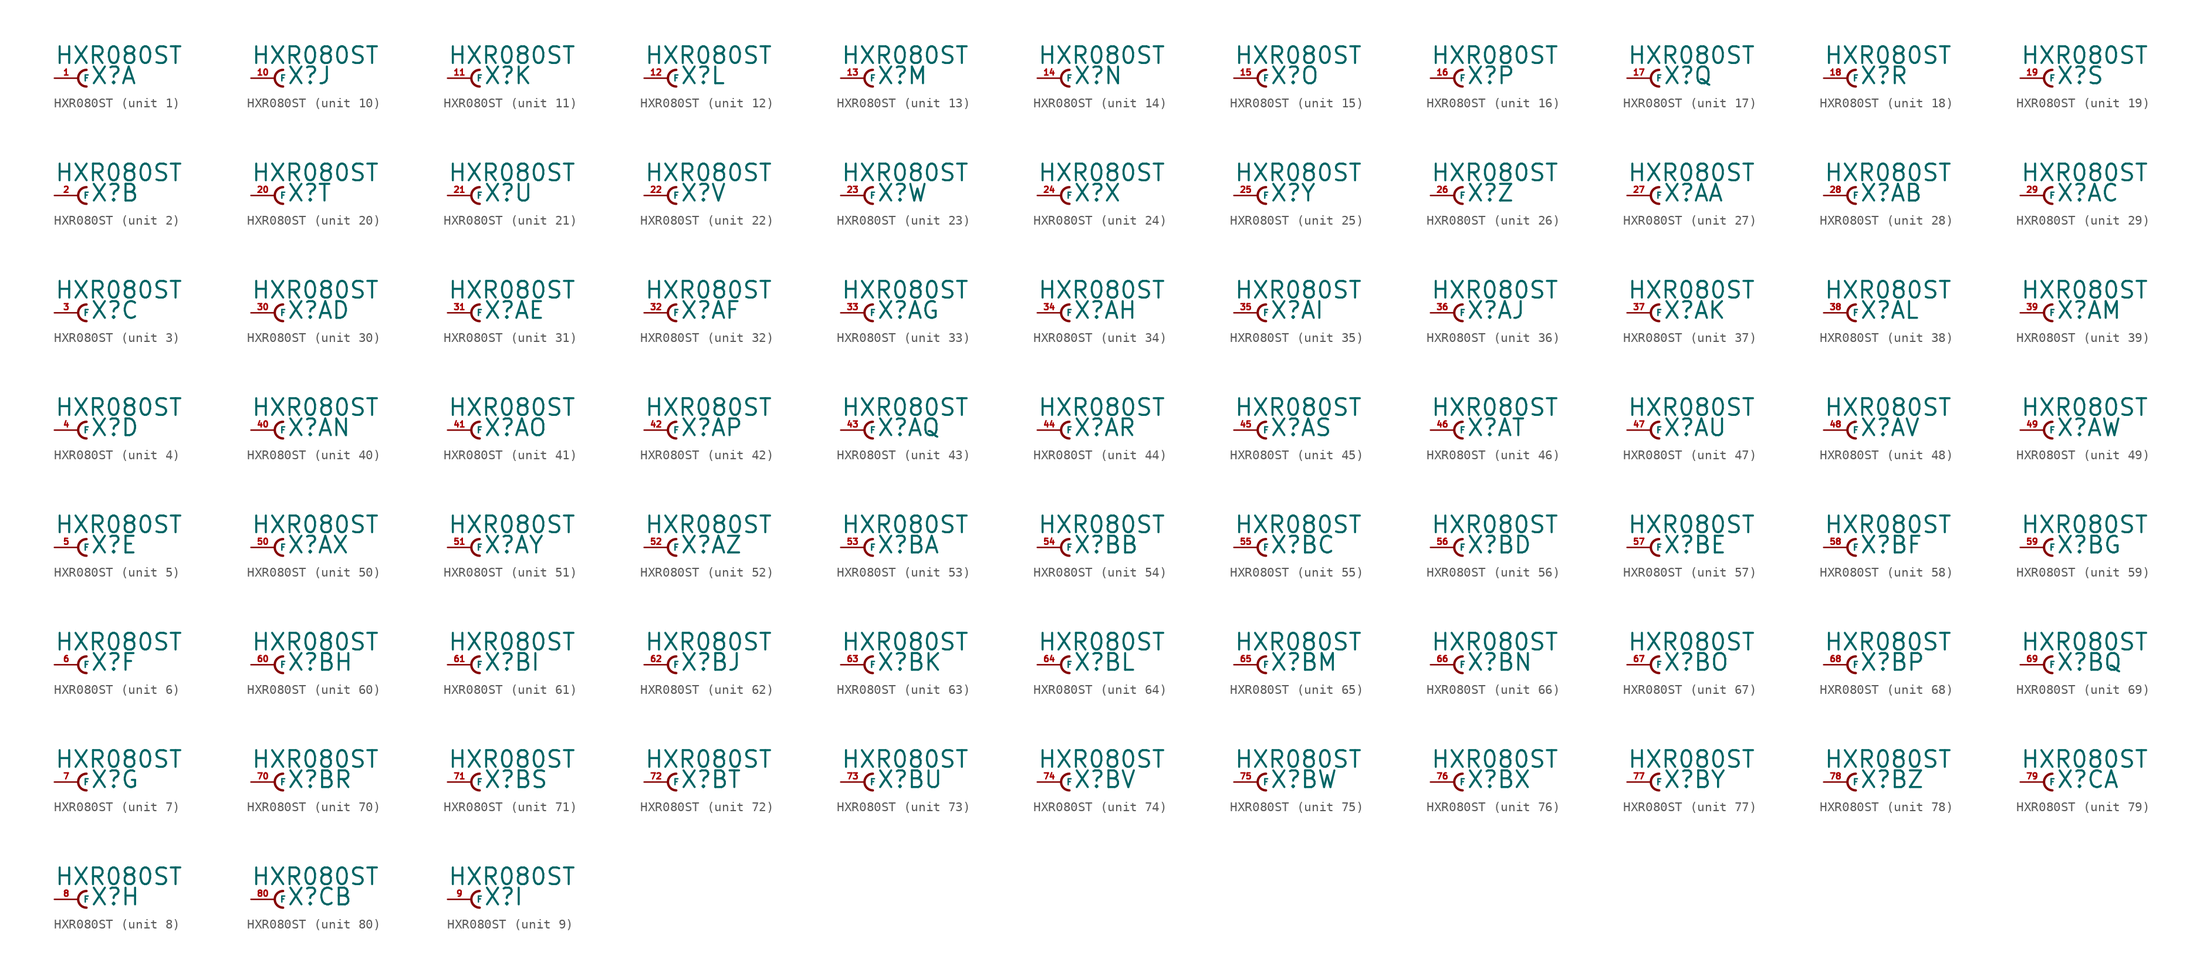
<source format=kicad_sym>
(kicad_symbol_lib
  (version 20220914)
  (generator Eagle2Kicad)
  (symbol "HXR080ST"
    (property "Reference" "X"
      (at 1.27 -0.762 0)
      (effects (font (size 1.778 1.778) (thickness 0.22)) (justify left bottom)))
    (property "Value" "HXR080ST"
      (at -2.54 1.397 0)
      (effects (font (size 1.778 1.778) (thickness 0.22)) (justify left bottom)))
    (symbol "HXR080ST_1_0"
      (arc (start 0.889 0.889) (mid 0.000 0.000) (end 0.889 -0.889) (stroke (width 0.254) (type default)) (fill (type none)))
      (pin passive line (at -2.54 0 0) (length 2.54) (name "F" (effects (font (size 0.635 0.635) (thickness 0.08)) (justify left bottom))) (number "1" (effects (font (size 0.635 0.635) (thickness 0.08)) (justify left bottom)))))
    (symbol "HXR080ST_2_0"
      (arc (start 0.889 0.889) (mid 0.000 0.000) (end 0.889 -0.889) (stroke (width 0.254) (type default)) (fill (type none)))
      (pin passive line (at -2.54 0 0) (length 2.54) (name "F" (effects (font (size 0.635 0.635) (thickness 0.08)) (justify left bottom))) (number "2" (effects (font (size 0.635 0.635) (thickness 0.08)) (justify left bottom)))))
    (symbol "HXR080ST_3_0"
      (arc (start 0.889 0.889) (mid 0.000 0.000) (end 0.889 -0.889) (stroke (width 0.254) (type default)) (fill (type none)))
      (pin passive line (at -2.54 0 0) (length 2.54) (name "F" (effects (font (size 0.635 0.635) (thickness 0.08)) (justify left bottom))) (number "3" (effects (font (size 0.635 0.635) (thickness 0.08)) (justify left bottom)))))
    (symbol "HXR080ST_4_0"
      (arc (start 0.889 0.889) (mid 0.000 0.000) (end 0.889 -0.889) (stroke (width 0.254) (type default)) (fill (type none)))
      (pin passive line (at -2.54 0 0) (length 2.54) (name "F" (effects (font (size 0.635 0.635) (thickness 0.08)) (justify left bottom))) (number "4" (effects (font (size 0.635 0.635) (thickness 0.08)) (justify left bottom)))))
    (symbol "HXR080ST_5_0"
      (arc (start 0.889 0.889) (mid 0.000 0.000) (end 0.889 -0.889) (stroke (width 0.254) (type default)) (fill (type none)))
      (pin passive line (at -2.54 0 0) (length 2.54) (name "F" (effects (font (size 0.635 0.635) (thickness 0.08)) (justify left bottom))) (number "5" (effects (font (size 0.635 0.635) (thickness 0.08)) (justify left bottom)))))
    (symbol "HXR080ST_6_0"
      (arc (start 0.889 0.889) (mid 0.000 0.000) (end 0.889 -0.889) (stroke (width 0.254) (type default)) (fill (type none)))
      (pin passive line (at -2.54 0 0) (length 2.54) (name "F" (effects (font (size 0.635 0.635) (thickness 0.08)) (justify left bottom))) (number "6" (effects (font (size 0.635 0.635) (thickness 0.08)) (justify left bottom)))))
    (symbol "HXR080ST_7_0"
      (arc (start 0.889 0.889) (mid 0.000 0.000) (end 0.889 -0.889) (stroke (width 0.254) (type default)) (fill (type none)))
      (pin passive line (at -2.54 0 0) (length 2.54) (name "F" (effects (font (size 0.635 0.635) (thickness 0.08)) (justify left bottom))) (number "7" (effects (font (size 0.635 0.635) (thickness 0.08)) (justify left bottom)))))
    (symbol "HXR080ST_8_0"
      (arc (start 0.889 0.889) (mid 0.000 0.000) (end 0.889 -0.889) (stroke (width 0.254) (type default)) (fill (type none)))
      (pin passive line (at -2.54 0 0) (length 2.54) (name "F" (effects (font (size 0.635 0.635) (thickness 0.08)) (justify left bottom))) (number "8" (effects (font (size 0.635 0.635) (thickness 0.08)) (justify left bottom)))))
    (symbol "HXR080ST_9_0"
      (arc (start 0.889 0.889) (mid 0.000 0.000) (end 0.889 -0.889) (stroke (width 0.254) (type default)) (fill (type none)))
      (pin passive line (at -2.54 0 0) (length 2.54) (name "F" (effects (font (size 0.635 0.635) (thickness 0.08)) (justify left bottom))) (number "9" (effects (font (size 0.635 0.635) (thickness 0.08)) (justify left bottom)))))
    (symbol "HXR080ST_10_0"
      (arc (start 0.889 0.889) (mid 0.000 0.000) (end 0.889 -0.889) (stroke (width 0.254) (type default)) (fill (type none)))
      (pin passive line (at -2.54 0 0) (length 2.54) (name "F" (effects (font (size 0.635 0.635) (thickness 0.08)) (justify left bottom))) (number "10" (effects (font (size 0.635 0.635) (thickness 0.08)) (justify left bottom)))))
    (symbol "HXR080ST_11_0"
      (arc (start 0.889 0.889) (mid 0.000 0.000) (end 0.889 -0.889) (stroke (width 0.254) (type default)) (fill (type none)))
      (pin passive line (at -2.54 0 0) (length 2.54) (name "F" (effects (font (size 0.635 0.635) (thickness 0.08)) (justify left bottom))) (number "11" (effects (font (size 0.635 0.635) (thickness 0.08)) (justify left bottom)))))
    (symbol "HXR080ST_12_0"
      (arc (start 0.889 0.889) (mid 0.000 0.000) (end 0.889 -0.889) (stroke (width 0.254) (type default)) (fill (type none)))
      (pin passive line (at -2.54 0 0) (length 2.54) (name "F" (effects (font (size 0.635 0.635) (thickness 0.08)) (justify left bottom))) (number "12" (effects (font (size 0.635 0.635) (thickness 0.08)) (justify left bottom)))))
    (symbol "HXR080ST_13_0"
      (arc (start 0.889 0.889) (mid 0.000 0.000) (end 0.889 -0.889) (stroke (width 0.254) (type default)) (fill (type none)))
      (pin passive line (at -2.54 0 0) (length 2.54) (name "F" (effects (font (size 0.635 0.635) (thickness 0.08)) (justify left bottom))) (number "13" (effects (font (size 0.635 0.635) (thickness 0.08)) (justify left bottom)))))
    (symbol "HXR080ST_14_0"
      (arc (start 0.889 0.889) (mid 0.000 0.000) (end 0.889 -0.889) (stroke (width 0.254) (type default)) (fill (type none)))
      (pin passive line (at -2.54 0 0) (length 2.54) (name "F" (effects (font (size 0.635 0.635) (thickness 0.08)) (justify left bottom))) (number "14" (effects (font (size 0.635 0.635) (thickness 0.08)) (justify left bottom)))))
    (symbol "HXR080ST_15_0"
      (arc (start 0.889 0.889) (mid 0.000 0.000) (end 0.889 -0.889) (stroke (width 0.254) (type default)) (fill (type none)))
      (pin passive line (at -2.54 0 0) (length 2.54) (name "F" (effects (font (size 0.635 0.635) (thickness 0.08)) (justify left bottom))) (number "15" (effects (font (size 0.635 0.635) (thickness 0.08)) (justify left bottom)))))
    (symbol "HXR080ST_16_0"
      (arc (start 0.889 0.889) (mid 0.000 0.000) (end 0.889 -0.889) (stroke (width 0.254) (type default)) (fill (type none)))
      (pin passive line (at -2.54 0 0) (length 2.54) (name "F" (effects (font (size 0.635 0.635) (thickness 0.08)) (justify left bottom))) (number "16" (effects (font (size 0.635 0.635) (thickness 0.08)) (justify left bottom)))))
    (symbol "HXR080ST_17_0"
      (arc (start 0.889 0.889) (mid 0.000 0.000) (end 0.889 -0.889) (stroke (width 0.254) (type default)) (fill (type none)))
      (pin passive line (at -2.54 0 0) (length 2.54) (name "F" (effects (font (size 0.635 0.635) (thickness 0.08)) (justify left bottom))) (number "17" (effects (font (size 0.635 0.635) (thickness 0.08)) (justify left bottom)))))
    (symbol "HXR080ST_18_0"
      (arc (start 0.889 0.889) (mid 0.000 0.000) (end 0.889 -0.889) (stroke (width 0.254) (type default)) (fill (type none)))
      (pin passive line (at -2.54 0 0) (length 2.54) (name "F" (effects (font (size 0.635 0.635) (thickness 0.08)) (justify left bottom))) (number "18" (effects (font (size 0.635 0.635) (thickness 0.08)) (justify left bottom)))))
    (symbol "HXR080ST_19_0"
      (arc (start 0.889 0.889) (mid 0.000 0.000) (end 0.889 -0.889) (stroke (width 0.254) (type default)) (fill (type none)))
      (pin passive line (at -2.54 0 0) (length 2.54) (name "F" (effects (font (size 0.635 0.635) (thickness 0.08)) (justify left bottom))) (number "19" (effects (font (size 0.635 0.635) (thickness 0.08)) (justify left bottom)))))
    (symbol "HXR080ST_20_0"
      (arc (start 0.889 0.889) (mid 0.000 0.000) (end 0.889 -0.889) (stroke (width 0.254) (type default)) (fill (type none)))
      (pin passive line (at -2.54 0 0) (length 2.54) (name "F" (effects (font (size 0.635 0.635) (thickness 0.08)) (justify left bottom))) (number "20" (effects (font (size 0.635 0.635) (thickness 0.08)) (justify left bottom)))))
    (symbol "HXR080ST_21_0"
      (arc (start 0.889 0.889) (mid 0.000 0.000) (end 0.889 -0.889) (stroke (width 0.254) (type default)) (fill (type none)))
      (pin passive line (at -2.54 0 0) (length 2.54) (name "F" (effects (font (size 0.635 0.635) (thickness 0.08)) (justify left bottom))) (number "21" (effects (font (size 0.635 0.635) (thickness 0.08)) (justify left bottom)))))
    (symbol "HXR080ST_22_0"
      (arc (start 0.889 0.889) (mid 0.000 0.000) (end 0.889 -0.889) (stroke (width 0.254) (type default)) (fill (type none)))
      (pin passive line (at -2.54 0 0) (length 2.54) (name "F" (effects (font (size 0.635 0.635) (thickness 0.08)) (justify left bottom))) (number "22" (effects (font (size 0.635 0.635) (thickness 0.08)) (justify left bottom)))))
    (symbol "HXR080ST_23_0"
      (arc (start 0.889 0.889) (mid 0.000 0.000) (end 0.889 -0.889) (stroke (width 0.254) (type default)) (fill (type none)))
      (pin passive line (at -2.54 0 0) (length 2.54) (name "F" (effects (font (size 0.635 0.635) (thickness 0.08)) (justify left bottom))) (number "23" (effects (font (size 0.635 0.635) (thickness 0.08)) (justify left bottom)))))
    (symbol "HXR080ST_24_0"
      (arc (start 0.889 0.889) (mid 0.000 0.000) (end 0.889 -0.889) (stroke (width 0.254) (type default)) (fill (type none)))
      (pin passive line (at -2.54 0 0) (length 2.54) (name "F" (effects (font (size 0.635 0.635) (thickness 0.08)) (justify left bottom))) (number "24" (effects (font (size 0.635 0.635) (thickness 0.08)) (justify left bottom)))))
    (symbol "HXR080ST_25_0"
      (arc (start 0.889 0.889) (mid 0.000 0.000) (end 0.889 -0.889) (stroke (width 0.254) (type default)) (fill (type none)))
      (pin passive line (at -2.54 0 0) (length 2.54) (name "F" (effects (font (size 0.635 0.635) (thickness 0.08)) (justify left bottom))) (number "25" (effects (font (size 0.635 0.635) (thickness 0.08)) (justify left bottom)))))
    (symbol "HXR080ST_26_0"
      (arc (start 0.889 0.889) (mid 0.000 0.000) (end 0.889 -0.889) (stroke (width 0.254) (type default)) (fill (type none)))
      (pin passive line (at -2.54 0 0) (length 2.54) (name "F" (effects (font (size 0.635 0.635) (thickness 0.08)) (justify left bottom))) (number "26" (effects (font (size 0.635 0.635) (thickness 0.08)) (justify left bottom)))))
    (symbol "HXR080ST_27_0"
      (arc (start 0.889 0.889) (mid 0.000 0.000) (end 0.889 -0.889) (stroke (width 0.254) (type default)) (fill (type none)))
      (pin passive line (at -2.54 0 0) (length 2.54) (name "F" (effects (font (size 0.635 0.635) (thickness 0.08)) (justify left bottom))) (number "27" (effects (font (size 0.635 0.635) (thickness 0.08)) (justify left bottom)))))
    (symbol "HXR080ST_28_0"
      (arc (start 0.889 0.889) (mid 0.000 0.000) (end 0.889 -0.889) (stroke (width 0.254) (type default)) (fill (type none)))
      (pin passive line (at -2.54 0 0) (length 2.54) (name "F" (effects (font (size 0.635 0.635) (thickness 0.08)) (justify left bottom))) (number "28" (effects (font (size 0.635 0.635) (thickness 0.08)) (justify left bottom)))))
    (symbol "HXR080ST_29_0"
      (arc (start 0.889 0.889) (mid 0.000 0.000) (end 0.889 -0.889) (stroke (width 0.254) (type default)) (fill (type none)))
      (pin passive line (at -2.54 0 0) (length 2.54) (name "F" (effects (font (size 0.635 0.635) (thickness 0.08)) (justify left bottom))) (number "29" (effects (font (size 0.635 0.635) (thickness 0.08)) (justify left bottom)))))
    (symbol "HXR080ST_30_0"
      (arc (start 0.889 0.889) (mid 0.000 0.000) (end 0.889 -0.889) (stroke (width 0.254) (type default)) (fill (type none)))
      (pin passive line (at -2.54 0 0) (length 2.54) (name "F" (effects (font (size 0.635 0.635) (thickness 0.08)) (justify left bottom))) (number "30" (effects (font (size 0.635 0.635) (thickness 0.08)) (justify left bottom)))))
    (symbol "HXR080ST_31_0"
      (arc (start 0.889 0.889) (mid 0.000 0.000) (end 0.889 -0.889) (stroke (width 0.254) (type default)) (fill (type none)))
      (pin passive line (at -2.54 0 0) (length 2.54) (name "F" (effects (font (size 0.635 0.635) (thickness 0.08)) (justify left bottom))) (number "31" (effects (font (size 0.635 0.635) (thickness 0.08)) (justify left bottom)))))
    (symbol "HXR080ST_32_0"
      (arc (start 0.889 0.889) (mid 0.000 0.000) (end 0.889 -0.889) (stroke (width 0.254) (type default)) (fill (type none)))
      (pin passive line (at -2.54 0 0) (length 2.54) (name "F" (effects (font (size 0.635 0.635) (thickness 0.08)) (justify left bottom))) (number "32" (effects (font (size 0.635 0.635) (thickness 0.08)) (justify left bottom)))))
    (symbol "HXR080ST_33_0"
      (arc (start 0.889 0.889) (mid 0.000 0.000) (end 0.889 -0.889) (stroke (width 0.254) (type default)) (fill (type none)))
      (pin passive line (at -2.54 0 0) (length 2.54) (name "F" (effects (font (size 0.635 0.635) (thickness 0.08)) (justify left bottom))) (number "33" (effects (font (size 0.635 0.635) (thickness 0.08)) (justify left bottom)))))
    (symbol "HXR080ST_34_0"
      (arc (start 0.889 0.889) (mid 0.000 0.000) (end 0.889 -0.889) (stroke (width 0.254) (type default)) (fill (type none)))
      (pin passive line (at -2.54 0 0) (length 2.54) (name "F" (effects (font (size 0.635 0.635) (thickness 0.08)) (justify left bottom))) (number "34" (effects (font (size 0.635 0.635) (thickness 0.08)) (justify left bottom)))))
    (symbol "HXR080ST_35_0"
      (arc (start 0.889 0.889) (mid 0.000 0.000) (end 0.889 -0.889) (stroke (width 0.254) (type default)) (fill (type none)))
      (pin passive line (at -2.54 0 0) (length 2.54) (name "F" (effects (font (size 0.635 0.635) (thickness 0.08)) (justify left bottom))) (number "35" (effects (font (size 0.635 0.635) (thickness 0.08)) (justify left bottom)))))
    (symbol "HXR080ST_36_0"
      (arc (start 0.889 0.889) (mid 0.000 0.000) (end 0.889 -0.889) (stroke (width 0.254) (type default)) (fill (type none)))
      (pin passive line (at -2.54 0 0) (length 2.54) (name "F" (effects (font (size 0.635 0.635) (thickness 0.08)) (justify left bottom))) (number "36" (effects (font (size 0.635 0.635) (thickness 0.08)) (justify left bottom)))))
    (symbol "HXR080ST_37_0"
      (arc (start 0.889 0.889) (mid 0.000 0.000) (end 0.889 -0.889) (stroke (width 0.254) (type default)) (fill (type none)))
      (pin passive line (at -2.54 0 0) (length 2.54) (name "F" (effects (font (size 0.635 0.635) (thickness 0.08)) (justify left bottom))) (number "37" (effects (font (size 0.635 0.635) (thickness 0.08)) (justify left bottom)))))
    (symbol "HXR080ST_38_0"
      (arc (start 0.889 0.889) (mid 0.000 0.000) (end 0.889 -0.889) (stroke (width 0.254) (type default)) (fill (type none)))
      (pin passive line (at -2.54 0 0) (length 2.54) (name "F" (effects (font (size 0.635 0.635) (thickness 0.08)) (justify left bottom))) (number "38" (effects (font (size 0.635 0.635) (thickness 0.08)) (justify left bottom)))))
    (symbol "HXR080ST_39_0"
      (arc (start 0.889 0.889) (mid 0.000 0.000) (end 0.889 -0.889) (stroke (width 0.254) (type default)) (fill (type none)))
      (pin passive line (at -2.54 0 0) (length 2.54) (name "F" (effects (font (size 0.635 0.635) (thickness 0.08)) (justify left bottom))) (number "39" (effects (font (size 0.635 0.635) (thickness 0.08)) (justify left bottom)))))
    (symbol "HXR080ST_40_0"
      (arc (start 0.889 0.889) (mid 0.000 0.000) (end 0.889 -0.889) (stroke (width 0.254) (type default)) (fill (type none)))
      (pin passive line (at -2.54 0 0) (length 2.54) (name "F" (effects (font (size 0.635 0.635) (thickness 0.08)) (justify left bottom))) (number "40" (effects (font (size 0.635 0.635) (thickness 0.08)) (justify left bottom)))))
    (symbol "HXR080ST_41_0"
      (arc (start 0.889 0.889) (mid 0.000 0.000) (end 0.889 -0.889) (stroke (width 0.254) (type default)) (fill (type none)))
      (pin passive line (at -2.54 0 0) (length 2.54) (name "F" (effects (font (size 0.635 0.635) (thickness 0.08)) (justify left bottom))) (number "41" (effects (font (size 0.635 0.635) (thickness 0.08)) (justify left bottom)))))
    (symbol "HXR080ST_42_0"
      (arc (start 0.889 0.889) (mid 0.000 0.000) (end 0.889 -0.889) (stroke (width 0.254) (type default)) (fill (type none)))
      (pin passive line (at -2.54 0 0) (length 2.54) (name "F" (effects (font (size 0.635 0.635) (thickness 0.08)) (justify left bottom))) (number "42" (effects (font (size 0.635 0.635) (thickness 0.08)) (justify left bottom)))))
    (symbol "HXR080ST_43_0"
      (arc (start 0.889 0.889) (mid 0.000 0.000) (end 0.889 -0.889) (stroke (width 0.254) (type default)) (fill (type none)))
      (pin passive line (at -2.54 0 0) (length 2.54) (name "F" (effects (font (size 0.635 0.635) (thickness 0.08)) (justify left bottom))) (number "43" (effects (font (size 0.635 0.635) (thickness 0.08)) (justify left bottom)))))
    (symbol "HXR080ST_44_0"
      (arc (start 0.889 0.889) (mid 0.000 0.000) (end 0.889 -0.889) (stroke (width 0.254) (type default)) (fill (type none)))
      (pin passive line (at -2.54 0 0) (length 2.54) (name "F" (effects (font (size 0.635 0.635) (thickness 0.08)) (justify left bottom))) (number "44" (effects (font (size 0.635 0.635) (thickness 0.08)) (justify left bottom)))))
    (symbol "HXR080ST_45_0"
      (arc (start 0.889 0.889) (mid 0.000 0.000) (end 0.889 -0.889) (stroke (width 0.254) (type default)) (fill (type none)))
      (pin passive line (at -2.54 0 0) (length 2.54) (name "F" (effects (font (size 0.635 0.635) (thickness 0.08)) (justify left bottom))) (number "45" (effects (font (size 0.635 0.635) (thickness 0.08)) (justify left bottom)))))
    (symbol "HXR080ST_46_0"
      (arc (start 0.889 0.889) (mid 0.000 0.000) (end 0.889 -0.889) (stroke (width 0.254) (type default)) (fill (type none)))
      (pin passive line (at -2.54 0 0) (length 2.54) (name "F" (effects (font (size 0.635 0.635) (thickness 0.08)) (justify left bottom))) (number "46" (effects (font (size 0.635 0.635) (thickness 0.08)) (justify left bottom)))))
    (symbol "HXR080ST_47_0"
      (arc (start 0.889 0.889) (mid 0.000 0.000) (end 0.889 -0.889) (stroke (width 0.254) (type default)) (fill (type none)))
      (pin passive line (at -2.54 0 0) (length 2.54) (name "F" (effects (font (size 0.635 0.635) (thickness 0.08)) (justify left bottom))) (number "47" (effects (font (size 0.635 0.635) (thickness 0.08)) (justify left bottom)))))
    (symbol "HXR080ST_48_0"
      (arc (start 0.889 0.889) (mid 0.000 0.000) (end 0.889 -0.889) (stroke (width 0.254) (type default)) (fill (type none)))
      (pin passive line (at -2.54 0 0) (length 2.54) (name "F" (effects (font (size 0.635 0.635) (thickness 0.08)) (justify left bottom))) (number "48" (effects (font (size 0.635 0.635) (thickness 0.08)) (justify left bottom)))))
    (symbol "HXR080ST_49_0"
      (arc (start 0.889 0.889) (mid 0.000 0.000) (end 0.889 -0.889) (stroke (width 0.254) (type default)) (fill (type none)))
      (pin passive line (at -2.54 0 0) (length 2.54) (name "F" (effects (font (size 0.635 0.635) (thickness 0.08)) (justify left bottom))) (number "49" (effects (font (size 0.635 0.635) (thickness 0.08)) (justify left bottom)))))
    (symbol "HXR080ST_50_0"
      (arc (start 0.889 0.889) (mid 0.000 0.000) (end 0.889 -0.889) (stroke (width 0.254) (type default)) (fill (type none)))
      (pin passive line (at -2.54 0 0) (length 2.54) (name "F" (effects (font (size 0.635 0.635) (thickness 0.08)) (justify left bottom))) (number "50" (effects (font (size 0.635 0.635) (thickness 0.08)) (justify left bottom)))))
    (symbol "HXR080ST_51_0"
      (arc (start 0.889 0.889) (mid 0.000 0.000) (end 0.889 -0.889) (stroke (width 0.254) (type default)) (fill (type none)))
      (pin passive line (at -2.54 0 0) (length 2.54) (name "F" (effects (font (size 0.635 0.635) (thickness 0.08)) (justify left bottom))) (number "51" (effects (font (size 0.635 0.635) (thickness 0.08)) (justify left bottom)))))
    (symbol "HXR080ST_52_0"
      (arc (start 0.889 0.889) (mid 0.000 0.000) (end 0.889 -0.889) (stroke (width 0.254) (type default)) (fill (type none)))
      (pin passive line (at -2.54 0 0) (length 2.54) (name "F" (effects (font (size 0.635 0.635) (thickness 0.08)) (justify left bottom))) (number "52" (effects (font (size 0.635 0.635) (thickness 0.08)) (justify left bottom)))))
    (symbol "HXR080ST_53_0"
      (arc (start 0.889 0.889) (mid 0.000 0.000) (end 0.889 -0.889) (stroke (width 0.254) (type default)) (fill (type none)))
      (pin passive line (at -2.54 0 0) (length 2.54) (name "F" (effects (font (size 0.635 0.635) (thickness 0.08)) (justify left bottom))) (number "53" (effects (font (size 0.635 0.635) (thickness 0.08)) (justify left bottom)))))
    (symbol "HXR080ST_54_0"
      (arc (start 0.889 0.889) (mid 0.000 0.000) (end 0.889 -0.889) (stroke (width 0.254) (type default)) (fill (type none)))
      (pin passive line (at -2.54 0 0) (length 2.54) (name "F" (effects (font (size 0.635 0.635) (thickness 0.08)) (justify left bottom))) (number "54" (effects (font (size 0.635 0.635) (thickness 0.08)) (justify left bottom)))))
    (symbol "HXR080ST_55_0"
      (arc (start 0.889 0.889) (mid 0.000 0.000) (end 0.889 -0.889) (stroke (width 0.254) (type default)) (fill (type none)))
      (pin passive line (at -2.54 0 0) (length 2.54) (name "F" (effects (font (size 0.635 0.635) (thickness 0.08)) (justify left bottom))) (number "55" (effects (font (size 0.635 0.635) (thickness 0.08)) (justify left bottom)))))
    (symbol "HXR080ST_56_0"
      (arc (start 0.889 0.889) (mid 0.000 0.000) (end 0.889 -0.889) (stroke (width 0.254) (type default)) (fill (type none)))
      (pin passive line (at -2.54 0 0) (length 2.54) (name "F" (effects (font (size 0.635 0.635) (thickness 0.08)) (justify left bottom))) (number "56" (effects (font (size 0.635 0.635) (thickness 0.08)) (justify left bottom)))))
    (symbol "HXR080ST_57_0"
      (arc (start 0.889 0.889) (mid 0.000 0.000) (end 0.889 -0.889) (stroke (width 0.254) (type default)) (fill (type none)))
      (pin passive line (at -2.54 0 0) (length 2.54) (name "F" (effects (font (size 0.635 0.635) (thickness 0.08)) (justify left bottom))) (number "57" (effects (font (size 0.635 0.635) (thickness 0.08)) (justify left bottom)))))
    (symbol "HXR080ST_58_0"
      (arc (start 0.889 0.889) (mid 0.000 0.000) (end 0.889 -0.889) (stroke (width 0.254) (type default)) (fill (type none)))
      (pin passive line (at -2.54 0 0) (length 2.54) (name "F" (effects (font (size 0.635 0.635) (thickness 0.08)) (justify left bottom))) (number "58" (effects (font (size 0.635 0.635) (thickness 0.08)) (justify left bottom)))))
    (symbol "HXR080ST_59_0"
      (arc (start 0.889 0.889) (mid 0.000 0.000) (end 0.889 -0.889) (stroke (width 0.254) (type default)) (fill (type none)))
      (pin passive line (at -2.54 0 0) (length 2.54) (name "F" (effects (font (size 0.635 0.635) (thickness 0.08)) (justify left bottom))) (number "59" (effects (font (size 0.635 0.635) (thickness 0.08)) (justify left bottom)))))
    (symbol "HXR080ST_60_0"
      (arc (start 0.889 0.889) (mid 0.000 0.000) (end 0.889 -0.889) (stroke (width 0.254) (type default)) (fill (type none)))
      (pin passive line (at -2.54 0 0) (length 2.54) (name "F" (effects (font (size 0.635 0.635) (thickness 0.08)) (justify left bottom))) (number "60" (effects (font (size 0.635 0.635) (thickness 0.08)) (justify left bottom)))))
    (symbol "HXR080ST_61_0"
      (arc (start 0.889 0.889) (mid 0.000 0.000) (end 0.889 -0.889) (stroke (width 0.254) (type default)) (fill (type none)))
      (pin passive line (at -2.54 0 0) (length 2.54) (name "F" (effects (font (size 0.635 0.635) (thickness 0.08)) (justify left bottom))) (number "61" (effects (font (size 0.635 0.635) (thickness 0.08)) (justify left bottom)))))
    (symbol "HXR080ST_62_0"
      (arc (start 0.889 0.889) (mid 0.000 0.000) (end 0.889 -0.889) (stroke (width 0.254) (type default)) (fill (type none)))
      (pin passive line (at -2.54 0 0) (length 2.54) (name "F" (effects (font (size 0.635 0.635) (thickness 0.08)) (justify left bottom))) (number "62" (effects (font (size 0.635 0.635) (thickness 0.08)) (justify left bottom)))))
    (symbol "HXR080ST_63_0"
      (arc (start 0.889 0.889) (mid 0.000 0.000) (end 0.889 -0.889) (stroke (width 0.254) (type default)) (fill (type none)))
      (pin passive line (at -2.54 0 0) (length 2.54) (name "F" (effects (font (size 0.635 0.635) (thickness 0.08)) (justify left bottom))) (number "63" (effects (font (size 0.635 0.635) (thickness 0.08)) (justify left bottom)))))
    (symbol "HXR080ST_64_0"
      (arc (start 0.889 0.889) (mid 0.000 0.000) (end 0.889 -0.889) (stroke (width 0.254) (type default)) (fill (type none)))
      (pin passive line (at -2.54 0 0) (length 2.54) (name "F" (effects (font (size 0.635 0.635) (thickness 0.08)) (justify left bottom))) (number "64" (effects (font (size 0.635 0.635) (thickness 0.08)) (justify left bottom)))))
    (symbol "HXR080ST_65_0"
      (arc (start 0.889 0.889) (mid 0.000 0.000) (end 0.889 -0.889) (stroke (width 0.254) (type default)) (fill (type none)))
      (pin passive line (at -2.54 0 0) (length 2.54) (name "F" (effects (font (size 0.635 0.635) (thickness 0.08)) (justify left bottom))) (number "65" (effects (font (size 0.635 0.635) (thickness 0.08)) (justify left bottom)))))
    (symbol "HXR080ST_66_0"
      (arc (start 0.889 0.889) (mid 0.000 0.000) (end 0.889 -0.889) (stroke (width 0.254) (type default)) (fill (type none)))
      (pin passive line (at -2.54 0 0) (length 2.54) (name "F" (effects (font (size 0.635 0.635) (thickness 0.08)) (justify left bottom))) (number "66" (effects (font (size 0.635 0.635) (thickness 0.08)) (justify left bottom)))))
    (symbol "HXR080ST_67_0"
      (arc (start 0.889 0.889) (mid 0.000 0.000) (end 0.889 -0.889) (stroke (width 0.254) (type default)) (fill (type none)))
      (pin passive line (at -2.54 0 0) (length 2.54) (name "F" (effects (font (size 0.635 0.635) (thickness 0.08)) (justify left bottom))) (number "67" (effects (font (size 0.635 0.635) (thickness 0.08)) (justify left bottom)))))
    (symbol "HXR080ST_68_0"
      (arc (start 0.889 0.889) (mid 0.000 0.000) (end 0.889 -0.889) (stroke (width 0.254) (type default)) (fill (type none)))
      (pin passive line (at -2.54 0 0) (length 2.54) (name "F" (effects (font (size 0.635 0.635) (thickness 0.08)) (justify left bottom))) (number "68" (effects (font (size 0.635 0.635) (thickness 0.08)) (justify left bottom)))))
    (symbol "HXR080ST_69_0"
      (arc (start 0.889 0.889) (mid 0.000 0.000) (end 0.889 -0.889) (stroke (width 0.254) (type default)) (fill (type none)))
      (pin passive line (at -2.54 0 0) (length 2.54) (name "F" (effects (font (size 0.635 0.635) (thickness 0.08)) (justify left bottom))) (number "69" (effects (font (size 0.635 0.635) (thickness 0.08)) (justify left bottom)))))
    (symbol "HXR080ST_70_0"
      (arc (start 0.889 0.889) (mid 0.000 0.000) (end 0.889 -0.889) (stroke (width 0.254) (type default)) (fill (type none)))
      (pin passive line (at -2.54 0 0) (length 2.54) (name "F" (effects (font (size 0.635 0.635) (thickness 0.08)) (justify left bottom))) (number "70" (effects (font (size 0.635 0.635) (thickness 0.08)) (justify left bottom)))))
    (symbol "HXR080ST_71_0"
      (arc (start 0.889 0.889) (mid 0.000 0.000) (end 0.889 -0.889) (stroke (width 0.254) (type default)) (fill (type none)))
      (pin passive line (at -2.54 0 0) (length 2.54) (name "F" (effects (font (size 0.635 0.635) (thickness 0.08)) (justify left bottom))) (number "71" (effects (font (size 0.635 0.635) (thickness 0.08)) (justify left bottom)))))
    (symbol "HXR080ST_72_0"
      (arc (start 0.889 0.889) (mid 0.000 0.000) (end 0.889 -0.889) (stroke (width 0.254) (type default)) (fill (type none)))
      (pin passive line (at -2.54 0 0) (length 2.54) (name "F" (effects (font (size 0.635 0.635) (thickness 0.08)) (justify left bottom))) (number "72" (effects (font (size 0.635 0.635) (thickness 0.08)) (justify left bottom)))))
    (symbol "HXR080ST_73_0"
      (arc (start 0.889 0.889) (mid 0.000 0.000) (end 0.889 -0.889) (stroke (width 0.254) (type default)) (fill (type none)))
      (pin passive line (at -2.54 0 0) (length 2.54) (name "F" (effects (font (size 0.635 0.635) (thickness 0.08)) (justify left bottom))) (number "73" (effects (font (size 0.635 0.635) (thickness 0.08)) (justify left bottom)))))
    (symbol "HXR080ST_74_0"
      (arc (start 0.889 0.889) (mid 0.000 0.000) (end 0.889 -0.889) (stroke (width 0.254) (type default)) (fill (type none)))
      (pin passive line (at -2.54 0 0) (length 2.54) (name "F" (effects (font (size 0.635 0.635) (thickness 0.08)) (justify left bottom))) (number "74" (effects (font (size 0.635 0.635) (thickness 0.08)) (justify left bottom)))))
    (symbol "HXR080ST_75_0"
      (arc (start 0.889 0.889) (mid 0.000 0.000) (end 0.889 -0.889) (stroke (width 0.254) (type default)) (fill (type none)))
      (pin passive line (at -2.54 0 0) (length 2.54) (name "F" (effects (font (size 0.635 0.635) (thickness 0.08)) (justify left bottom))) (number "75" (effects (font (size 0.635 0.635) (thickness 0.08)) (justify left bottom)))))
    (symbol "HXR080ST_76_0"
      (arc (start 0.889 0.889) (mid 0.000 0.000) (end 0.889 -0.889) (stroke (width 0.254) (type default)) (fill (type none)))
      (pin passive line (at -2.54 0 0) (length 2.54) (name "F" (effects (font (size 0.635 0.635) (thickness 0.08)) (justify left bottom))) (number "76" (effects (font (size 0.635 0.635) (thickness 0.08)) (justify left bottom)))))
    (symbol "HXR080ST_77_0"
      (arc (start 0.889 0.889) (mid 0.000 0.000) (end 0.889 -0.889) (stroke (width 0.254) (type default)) (fill (type none)))
      (pin passive line (at -2.54 0 0) (length 2.54) (name "F" (effects (font (size 0.635 0.635) (thickness 0.08)) (justify left bottom))) (number "77" (effects (font (size 0.635 0.635) (thickness 0.08)) (justify left bottom)))))
    (symbol "HXR080ST_78_0"
      (arc (start 0.889 0.889) (mid 0.000 0.000) (end 0.889 -0.889) (stroke (width 0.254) (type default)) (fill (type none)))
      (pin passive line (at -2.54 0 0) (length 2.54) (name "F" (effects (font (size 0.635 0.635) (thickness 0.08)) (justify left bottom))) (number "78" (effects (font (size 0.635 0.635) (thickness 0.08)) (justify left bottom)))))
    (symbol "HXR080ST_79_0"
      (arc (start 0.889 0.889) (mid 0.000 0.000) (end 0.889 -0.889) (stroke (width 0.254) (type default)) (fill (type none)))
      (pin passive line (at -2.54 0 0) (length 2.54) (name "F" (effects (font (size 0.635 0.635) (thickness 0.08)) (justify left bottom))) (number "79" (effects (font (size 0.635 0.635) (thickness 0.08)) (justify left bottom)))))
    (symbol "HXR080ST_80_0"
      (arc (start 0.889 0.889) (mid 0.000 0.000) (end 0.889 -0.889) (stroke (width 0.254) (type default)) (fill (type none)))
      (pin passive line (at -2.54 0 0) (length 2.54) (name "F" (effects (font (size 0.635 0.635) (thickness 0.08)) (justify left bottom))) (number "80" (effects (font (size 0.635 0.635) (thickness 0.08)) (justify left bottom)))))))
</source>
